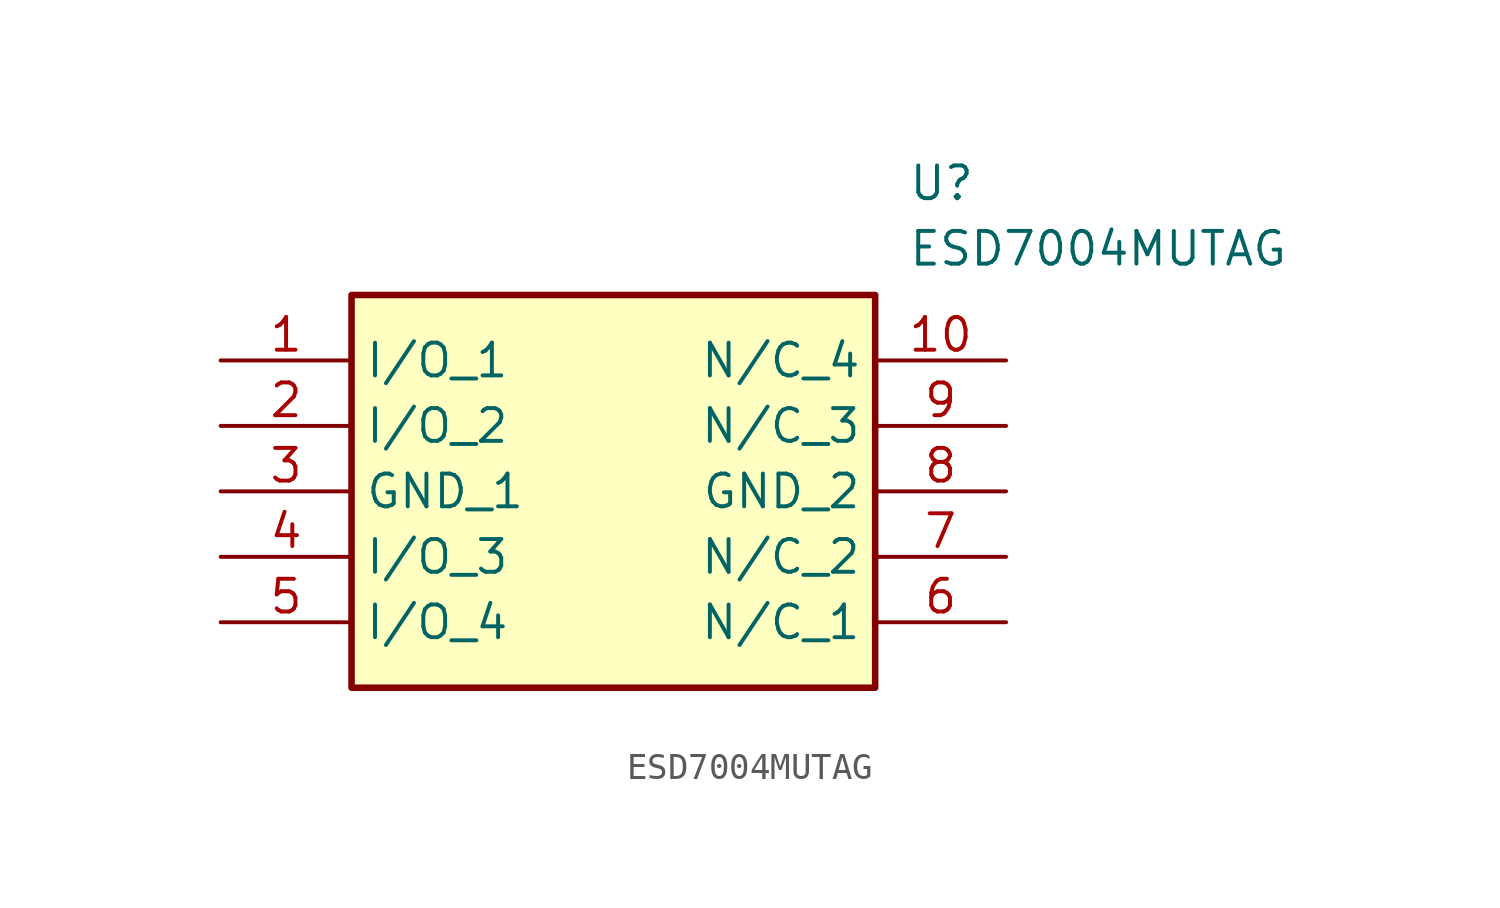
<source format=kicad_sym>
(kicad_symbol_lib
  (version 20211014)
  (generator SamacSys_ECAD_Model)
  (symbol "ESD7004MUTAG"
    (property "Reference" "U"
      (at 26.67 7.62 0)
      (effects (font (size 1.27 1.27)) (justify left top)))
    (property "Value" "ESD7004MUTAG"
      (at 26.67 5.08 0)
      (effects (font (size 1.27 1.27)) (justify left top)))
    (rectangle
      (start 5.08 2.54)
      (end 25.4 -12.7)
      (stroke (width 0.254) (type default))
      (fill (type background)))
    (pin passive line
      (at 0 0 0)
      (length 5.08)
      (name "I/O_1" (effects (font (size 1.27 1.27))))
      (number "1" (effects (font (size 1.27 1.27)))))
    (pin passive line
      (at 0 -2.54 0)
      (length 5.08)
      (name "I/O_2" (effects (font (size 1.27 1.27))))
      (number "2" (effects (font (size 1.27 1.27)))))
    (pin passive line
      (at 0 -5.08 0)
      (length 5.08)
      (name "GND_1" (effects (font (size 1.27 1.27))))
      (number "3" (effects (font (size 1.27 1.27)))))
    (pin passive line
      (at 0 -7.62 0)
      (length 5.08)
      (name "I/O_3" (effects (font (size 1.27 1.27))))
      (number "4" (effects (font (size 1.27 1.27)))))
    (pin passive line
      (at 0 -10.16 0)
      (length 5.08)
      (name "I/O_4" (effects (font (size 1.27 1.27))))
      (number "5" (effects (font (size 1.27 1.27)))))
    (pin passive line
      (at 30.48 -10.16 180)
      (length 5.08)
      (name "N/C_1" (effects (font (size 1.27 1.27))))
      (number "6" (effects (font (size 1.27 1.27)))))
    (pin passive line
      (at 30.48 -7.62 180)
      (length 5.08)
      (name "N/C_2" (effects (font (size 1.27 1.27))))
      (number "7" (effects (font (size 1.27 1.27)))))
    (pin passive line
      (at 30.48 -5.08 180)
      (length 5.08)
      (name "GND_2" (effects (font (size 1.27 1.27))))
      (number "8" (effects (font (size 1.27 1.27)))))
    (pin passive line
      (at 30.48 -2.54 180)
      (length 5.08)
      (name "N/C_3" (effects (font (size 1.27 1.27))))
      (number "9" (effects (font (size 1.27 1.27)))))
    (pin passive line
      (at 30.48 0 180)
      (length 5.08)
      (name "N/C_4" (effects (font (size 1.27 1.27))))
      (number "10" (effects (font (size 1.27 1.27)))))))
</source>
